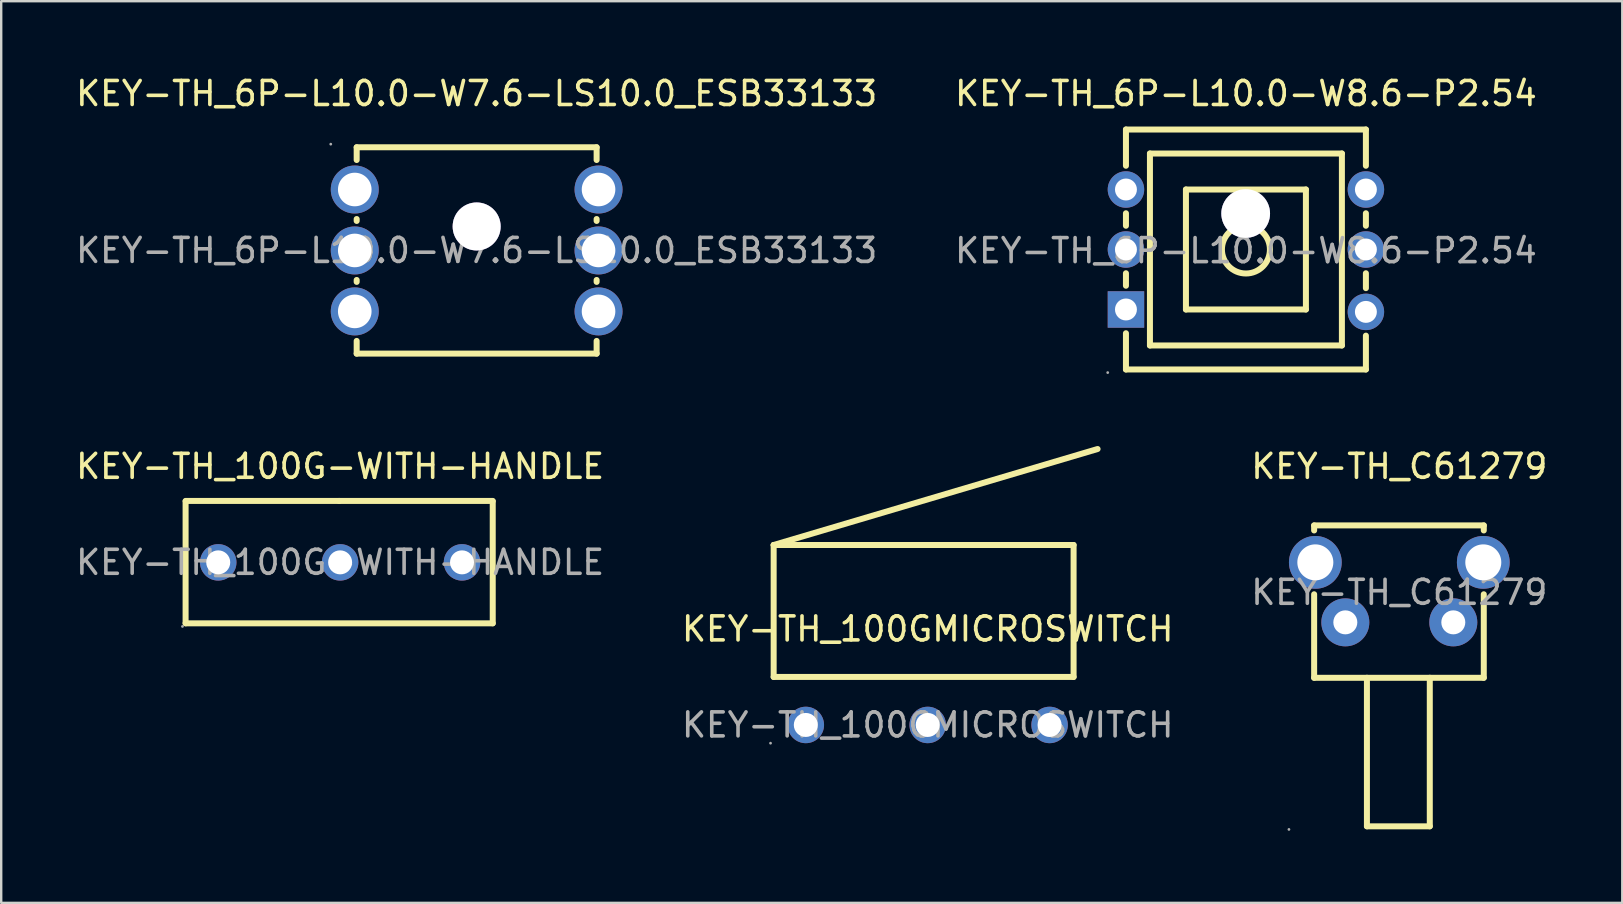
<source format=kicad_pcb>
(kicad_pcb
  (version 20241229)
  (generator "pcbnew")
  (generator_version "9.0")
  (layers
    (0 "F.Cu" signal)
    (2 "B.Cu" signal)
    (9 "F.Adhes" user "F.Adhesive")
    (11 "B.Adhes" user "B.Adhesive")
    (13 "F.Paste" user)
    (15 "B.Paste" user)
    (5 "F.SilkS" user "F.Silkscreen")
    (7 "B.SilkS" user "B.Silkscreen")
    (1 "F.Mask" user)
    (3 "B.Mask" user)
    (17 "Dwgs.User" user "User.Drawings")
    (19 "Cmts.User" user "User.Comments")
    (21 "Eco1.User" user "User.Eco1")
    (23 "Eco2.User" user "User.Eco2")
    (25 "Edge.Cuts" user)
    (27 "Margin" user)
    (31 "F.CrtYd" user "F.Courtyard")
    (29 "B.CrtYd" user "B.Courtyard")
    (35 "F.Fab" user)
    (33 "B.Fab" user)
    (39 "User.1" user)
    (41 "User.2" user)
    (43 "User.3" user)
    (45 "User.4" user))
  (footprint "KEY-TH_C61279"
    (layer "F.Cu")
    (at 55.268 21.637)
    (property "Reference" "KEY-TH_C61279" (at 0 -5.25 0) (layer "F.SilkS") (effects (font (size 1 1) (thickness 0.15))))
    (attr through_hole)
    (fp_line (start -3.55 -2.79) (end -3.55 -2.58) (stroke (width 0.25) (type solid)) (layer "F.SilkS"))
    (fp_line (start -3.55 0.08) (end -3.55 3.56) (stroke (width 0.25) (type solid)) (layer "F.SilkS"))
    (fp_line (start -3.55 3.56) (end 3.52 3.56) (stroke (width 0.25) (type solid)) (layer "F.SilkS"))
    (fp_line (start -1.35 3.56) (end -1.35 9.75) (stroke (width 0.25) (type solid)) (layer "F.SilkS"))
    (fp_line (start -1.35 9.75) (end 1.27 9.75) (stroke (width 0.25) (type solid)) (layer "F.SilkS"))
    (fp_line (start 1.27 9.75) (end 1.27 3.56) (stroke (width 0.25) (type solid)) (layer "F.SilkS"))
    (fp_line (start 3.52 -2.79) (end -3.55 -2.79) (stroke (width 0.25) (type solid)) (layer "F.SilkS"))
    (fp_line (start 3.52 -2.58) (end 3.52 -2.79) (stroke (width 0.25) (type solid)) (layer "F.SilkS"))
    (fp_line (start 3.52 3.56) (end 3.52 0.08) (stroke (width 0.25) (type solid)) (layer "F.SilkS"))
    (fp_circle (center -4.6 9.88) (end -4.57 9.88) (stroke (width 0.06) (type solid)) (fill no) (layer "F.Fab"))
    (fp_circle (center -3.5 -1.25) (end -3.17 -1.25) (stroke (width 0.65) (type solid)) (fill no) (layer "F.Fab"))
    (fp_circle (center -2.25 1.25) (end -2.05 1.25) (stroke (width 0.4) (type solid)) (fill no) (layer "F.Fab"))
    (fp_circle (center 2.25 1.25) (end 2.45 1.25) (stroke (width 0.4) (type solid)) (fill no) (layer "F.Fab"))
    (fp_circle (center 3.5 -1.25) (end 3.83 -1.25) (stroke (width 0.65) (type solid)) (fill no) (layer "F.Fab"))
    (fp_text user "${REFERENCE}" (at 0 0 0) (layer "F.Fab") (effects (font (size 1 1) (thickness 0.15))))
    (pad "1" thru_hole circle (at -2.25 1.25 180) (size 2 2) (drill 1) (layers "*.Cu" "*.Paste" "*.Mask"))
    (pad "2" thru_hole circle (at 2.25 1.25 180) (size 2 2) (drill 1) (layers "*.Cu" "*.Paste" "*.Mask"))
    (pad "3" thru_hole circle (at 3.5 -1.25 180) (size 2.2 2.2) (drill 1.5) (layers "*.Cu" "*.Paste" "*.Mask"))
    (pad "4" thru_hole circle (at -3.5 -1.25 180) (size 2.2 2.2) (drill 1.5) (layers "*.Cu" "*.Paste" "*.Mask")))
  (footprint "KEY-TH_6P-L10.0-W7.6-LS10.0_ESB33133"
    (layer "F.Cu")
    (at 16.815 7.388)
    (property "Reference" "KEY-TH_6P-L10.0-W7.6-LS10.0_ESB33133" (at 0 -6.54 0) (layer "F.SilkS") (effects (font (size 1 1) (thickness 0.15))))
    (attr through_hole)
    (fp_line (start -5 -4.3) (end -5 -3.77) (stroke (width 0.25) (type solid)) (layer "F.SilkS"))
    (fp_line (start -5 -4.3) (end 5 -4.3) (stroke (width 0.25) (type solid)) (layer "F.SilkS"))
    (fp_line (start -5 -1.31) (end -5 -1.23) (stroke (width 0.25) (type solid)) (layer "F.SilkS"))
    (fp_line (start -5 1.23) (end -5 1.31) (stroke (width 0.25) (type solid)) (layer "F.SilkS"))
    (fp_line (start -5 3.77) (end -5 4.3) (stroke (width 0.25) (type solid)) (layer "F.SilkS"))
    (fp_line (start 5 -4.3) (end 5 -3.77) (stroke (width 0.25) (type solid)) (layer "F.SilkS"))
    (fp_line (start 5 -1.31) (end 5 -1.23) (stroke (width 0.25) (type solid)) (layer "F.SilkS"))
    (fp_line (start 5 1.23) (end 5 1.31) (stroke (width 0.25) (type solid)) (layer "F.SilkS"))
    (fp_line (start 5 3.77) (end 5 4.3) (stroke (width 0.25) (type solid)) (layer "F.SilkS"))
    (fp_line (start 5 4.3) (end -5 4.3) (stroke (width 0.25) (type solid)) (layer "F.SilkS"))
    (fp_circle (center -6.08 -4.43) (end -6.05 -4.43) (stroke (width 0.06) (type solid)) (fill no) (layer "F.Fab"))
    (fp_circle (center -5.08 -2.54) (end -4.78 -2.54) (stroke (width 0.6) (type solid)) (fill no) (layer "F.Fab"))
    (fp_circle (center -5.08 0) (end -4.78 0) (stroke (width 0.6) (type solid)) (fill no) (layer "F.Fab"))
    (fp_circle (center -5.08 2.54) (end -4.78 2.54) (stroke (width 0.6) (type solid)) (fill no) (layer "F.Fab"))
    (fp_circle (center 0 -1) (end 0.45 -1) (stroke (width 0.9) (type solid)) (fill no) (layer "F.Fab"))
    (fp_circle (center 5.08 -2.54) (end 5.38 -2.54) (stroke (width 0.6) (type solid)) (fill no) (layer "F.Fab"))
    (fp_circle (center 5.08 0) (end 5.38 0) (stroke (width 0.6) (type solid)) (fill no) (layer "F.Fab"))
    (fp_circle (center 5.08 2.54) (end 5.38 2.54) (stroke (width 0.6) (type solid)) (fill no) (layer "F.Fab"))
    (fp_text user "${REFERENCE}" (at 0 0 0) (layer "F.Fab") (effects (font (size 1 1) (thickness 0.15))))
    (pad "" thru_hole circle (at 0 -1) (size 2 2) (drill 2) (layers "*.Cu" "*.Mask"))
    (pad "1" thru_hole circle (at -5.08 -2.54) (size 2 2) (drill 1.4) (layers "*.Cu" "*.Paste" "*.Mask"))
    (pad "2" thru_hole circle (at -5.08 0) (size 2 2) (drill 1.4) (layers "*.Cu" "*.Paste" "*.Mask"))
    (pad "3" thru_hole circle (at -5.08 2.54) (size 2 2) (drill 1.4) (layers "*.Cu" "*.Paste" "*.Mask"))
    (pad "4" thru_hole circle (at 5.08 2.54) (size 2 2) (drill 1.4) (layers "*.Cu" "*.Paste" "*.Mask"))
    (pad "5" thru_hole circle (at 5.08 0) (size 2 2) (drill 1.4) (layers "*.Cu" "*.Paste" "*.Mask"))
    (pad "6" thru_hole circle (at 5.08 -2.54) (size 2 2) (drill 1.4) (layers "*.Cu" "*.Paste" "*.Mask")))
  (footprint "KEY-TH_100GMICROSWITCH"
    (layer "F.Cu")
    (at 35.613 27.163)
    (property "Reference" "KEY-TH_100GMICROSWITCH" (at 0 -4 0) (layer "F.SilkS") (effects (font (size 1 1) (thickness 0.15))))
    (attr through_hole)
    (fp_line (start -6.42 -7.5) (end -6.42 -2) (stroke (width 0.25) (type solid)) (layer "F.SilkS"))
    (fp_line (start -6.42 -7.5) (end 7.08 -11.5) (stroke (width 0.25) (type solid)) (layer "F.SilkS"))
    (fp_line (start -6.42 -2) (end 6.08 -2) (stroke (width 0.25) (type solid)) (layer "F.SilkS"))
    (fp_line (start 6.08 -7.5) (end -6.42 -7.5) (stroke (width 0.25) (type solid)) (layer "F.SilkS"))
    (fp_line (start 6.08 -2) (end 6.08 -7.5) (stroke (width 0.25) (type solid)) (layer "F.SilkS"))
    (fp_circle (center -6.55 0.76) (end -6.52 0.76) (stroke (width 0.06) (type solid)) (fill no) (layer "F.Fab"))
    (fp_circle (center -5.08 0) (end -4.88 0) (stroke (width 0.4) (type solid)) (fill no) (layer "F.Fab"))
    (fp_circle (center 0 0) (end 0.2 0) (stroke (width 0.4) (type solid)) (fill no) (layer "F.Fab"))
    (fp_circle (center 5.08 0) (end 5.28 0) (stroke (width 0.4) (type solid)) (fill no) (layer "F.Fab"))
    (fp_text user "${REFERENCE}" (at 0 0 0) (layer "F.Fab") (effects (font (size 1 1) (thickness 0.15))))
    (pad "1" thru_hole circle (at -5.08 0) (size 1.52 1.52) (drill 1) (layers "*.Cu" "*.Paste" "*.Mask"))
    (pad "2" thru_hole circle (at 0 0) (size 1.52 1.52) (drill 1) (layers "*.Cu" "*.Paste" "*.Mask"))
    (pad "3" thru_hole circle (at 5.08 0) (size 1.52 1.52) (drill 1) (layers "*.Cu" "*.Paste" "*.Mask")))
  (footprint "KEY-TH_6P-L10.0-W8.6-P2.54"
    (layer "F.Cu")
    (at 48.875 7.398)
    (property "Reference" "KEY-TH_6P-L10.0-W8.6-P2.54" (at 0 -6.55 0) (layer "F.SilkS") (effects (font (size 1 1) (thickness 0.15))))
    (attr through_hole)
    (fp_line (start -5 -5.05) (end -5 -3.54) (stroke (width 0.25) (type solid)) (layer "F.SilkS"))
    (fp_line (start -5 -1.56) (end -5 -1.04) (stroke (width 0.25) (type solid)) (layer "F.SilkS"))
    (fp_line (start -5 0.94) (end -5 1.46) (stroke (width 0.25) (type solid)) (layer "F.SilkS"))
    (fp_line (start -5 3.44) (end -5 4.95) (stroke (width 0.25) (type solid)) (layer "F.SilkS"))
    (fp_line (start -5 4.95) (end 5 4.95) (stroke (width 0.25) (type solid)) (layer "F.SilkS"))
    (fp_line (start -4 -4.05) (end -4 3.95) (stroke (width 0.25) (type solid)) (layer "F.SilkS"))
    (fp_line (start -4 3.95) (end 4 3.95) (stroke (width 0.25) (type solid)) (layer "F.SilkS"))
    (fp_line (start -2.5 -2.55) (end 2.5 -2.55) (stroke (width 0.25) (type solid)) (layer "F.SilkS"))
    (fp_line (start -2.5 2.45) (end -2.5 -2.55) (stroke (width 0.25) (type solid)) (layer "F.SilkS"))
    (fp_line (start 2.5 -2.55) (end 2.5 2.45) (stroke (width 0.25) (type solid)) (layer "F.SilkS"))
    (fp_line (start 2.5 2.45) (end -2.5 2.45) (stroke (width 0.25) (type solid)) (layer "F.SilkS"))
    (fp_line (start 4 -4.05) (end -4 -4.05) (stroke (width 0.25) (type solid)) (layer "F.SilkS"))
    (fp_line (start 4 3.95) (end 4 -4.05) (stroke (width 0.25) (type solid)) (layer "F.SilkS"))
    (fp_line (start 5 -5.05) (end -5 -5.05) (stroke (width 0.25) (type solid)) (layer "F.SilkS"))
    (fp_line (start 5 -3.54) (end 5 -5.05) (stroke (width 0.25) (type solid)) (layer "F.SilkS"))
    (fp_line (start 5 -1.04) (end 5 -1.56) (stroke (width 0.25) (type solid)) (layer "F.SilkS"))
    (fp_line (start 5 1.56) (end 5 0.94) (stroke (width 0.25) (type solid)) (layer "F.SilkS"))
    (fp_line (start 5 4.95) (end 5 3.54) (stroke (width 0.25) (type solid)) (layer "F.SilkS"))
    (fp_circle (center 0 -0.05) (end 1 -0.05) (stroke (width 0.25) (type solid)) (fill no) (layer "F.SilkS"))
    (fp_circle (center -5.76 5.08) (end -5.73 5.08) (stroke (width 0.06) (type solid)) (fill no) (layer "F.Fab"))
    (fp_circle (center -5 -2.55) (end -4.82 -2.55) (stroke (width 0.36) (type solid)) (fill no) (layer "F.Fab"))
    (fp_circle (center -5 -0.05) (end -4.82 -0.05) (stroke (width 0.36) (type solid)) (fill no) (layer "F.Fab"))
    (fp_circle (center -5 2.45) (end -4.82 2.45) (stroke (width 0.36) (type solid)) (fill no) (layer "F.Fab"))
    (fp_circle (center -0.01 -1.55) (end 0.45 -1.55) (stroke (width 0.92) (type solid)) (fill no) (layer "F.Fab"))
    (fp_circle (center 5 -2.55) (end 5.18 -2.55) (stroke (width 0.36) (type solid)) (fill no) (layer "F.Fab"))
    (fp_circle (center 5 -0.05) (end 5.18 -0.05) (stroke (width 0.36) (type solid)) (fill no) (layer "F.Fab"))
    (fp_circle (center 5 2.55) (end 5.18 2.55) (stroke (width 0.36) (type solid)) (fill no) (layer "F.Fab"))
    (fp_text user "${REFERENCE}" (at 0 0 0) (layer "F.Fab") (effects (font (size 1 1) (thickness 0.15))))
    (pad "" thru_hole circle (at -0.01 -1.55) (size 2.03 2.03) (drill 2.03) (layers "*.Cu" "*.Mask"))
    (pad "1" thru_hole rect (at -5 2.45 90) (size 1.52 1.52) (drill 0.914) (layers "*.Cu" "*.Paste" "*.Mask"))
    (pad "2" thru_hole circle (at -5 -0.05 90) (size 1.52 1.52) (drill 0.914) (layers "*.Cu" "*.Paste" "*.Mask"))
    (pad "3" thru_hole circle (at -5 -2.55 90) (size 1.52 1.52) (drill 0.914) (layers "*.Cu" "*.Paste" "*.Mask"))
    (pad "4" thru_hole circle (at 5 -2.55 90) (size 1.52 1.52) (drill 0.914) (layers "*.Cu" "*.Paste" "*.Mask"))
    (pad "5" thru_hole circle (at 5 -0.05 90) (size 1.52 1.52) (drill 0.914) (layers "*.Cu" "*.Paste" "*.Mask"))
    (pad "6" thru_hole circle (at 5 2.55 90) (size 1.52 1.52) (drill 0.914) (layers "*.Cu" "*.Paste" "*.Mask")))
  (footprint "KEY-TH_100G-WITH-HANDLE"
    (layer "F.Cu")
    (at 11.125 20.387)
    (property "Reference" "KEY-TH_100G-WITH-HANDLE" (at 0 -4 0) (layer "F.SilkS") (effects (font (size 1 1) (thickness 0.15))))
    (attr through_hole)
    (fp_line (start -6.44 2.54) (end -6.44 -2.54) (stroke (width 0.25) (type solid)) (layer "F.SilkS"))
    (fp_line (start -0.04 -2.56) (end -6.44 -2.56) (stroke (width 0.25) (type solid)) (layer "F.SilkS"))
    (fp_line (start 6.36 -2.56) (end -0.04 -2.56) (stroke (width 0.25) (type solid)) (layer "F.SilkS"))
    (fp_line (start 6.36 -2.54) (end 6.36 2.54) (stroke (width 0.25) (type solid)) (layer "F.SilkS"))
    (fp_line (start 6.36 2.54) (end -6.44 2.54) (stroke (width 0.25) (type solid)) (layer "F.SilkS"))
    (fp_circle (center -6.57 2.67) (end -6.54 2.67) (stroke (width 0.06) (type solid)) (fill no) (layer "F.Fab"))
    (fp_circle (center -5.08 0) (end -4.88 0) (stroke (width 0.4) (type solid)) (fill no) (layer "F.Fab"))
    (fp_circle (center 0 0) (end 0.2 0) (stroke (width 0.4) (type solid)) (fill no) (layer "F.Fab"))
    (fp_circle (center 5.08 0) (end 5.28 0) (stroke (width 0.4) (type solid)) (fill no) (layer "F.Fab"))
    (fp_text user "${REFERENCE}" (at 0 0 0) (layer "F.Fab") (effects (font (size 1 1) (thickness 0.15))))
    (pad "1" thru_hole circle (at -5.08 0) (size 1.52 1.52) (drill 1) (layers "*.Cu" "*.Paste" "*.Mask"))
    (pad "2" thru_hole circle (at 0 0) (size 1.52 1.52) (drill 1) (layers "*.Cu" "*.Paste" "*.Mask"))
    (pad "3" thru_hole circle (at 5.08 0) (size 1.52 1.52) (drill 1) (layers "*.Cu" "*.Paste" "*.Mask")))
  (gr_rect
    (start -3 -3)
    (end 64.56 34.577)
    (stroke (width 0.1) (type default))
    (fill no)
    (layer "Edge.Cuts")))
</source>
